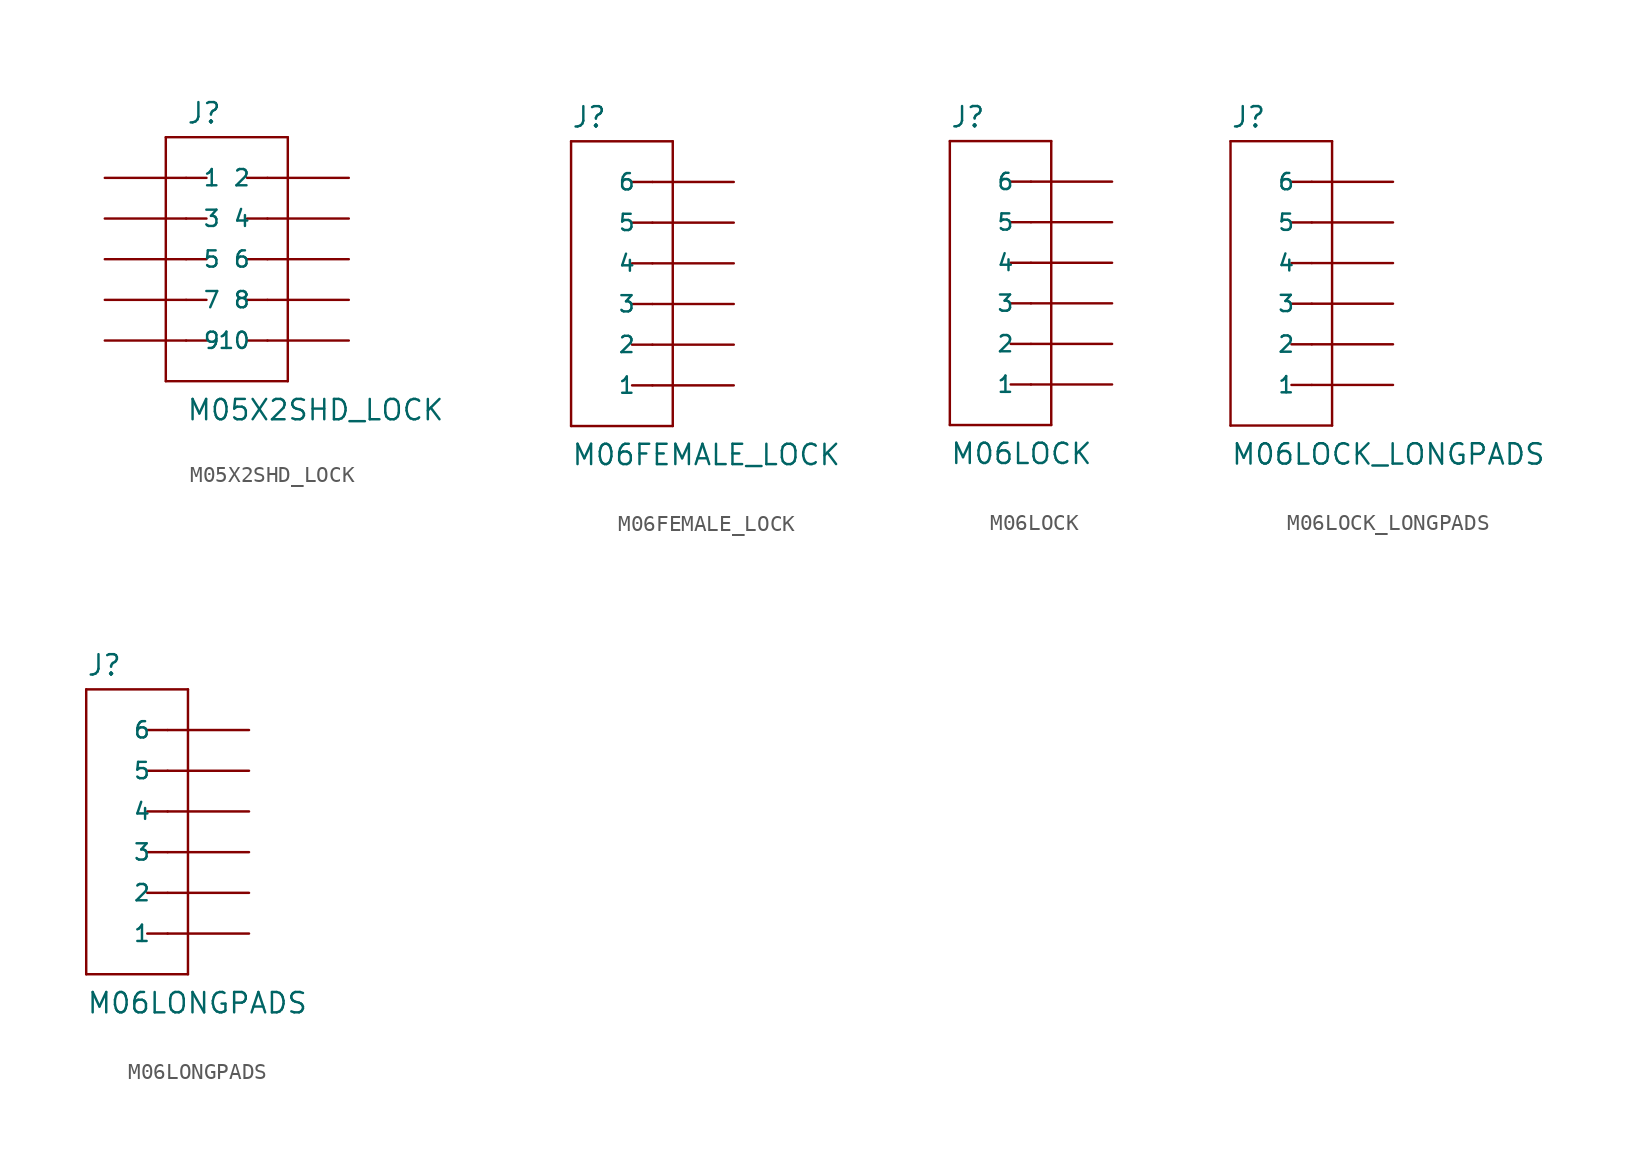
<source format=kicad_sym>
(kicad_symbol_lib
  (version 20211014)
  (generator kicad_symbol_editor)
  (symbol "M05X2SHD_LOCK"
    (pin_numbers hide)
    (pin_names
      (offset 1.016))
    (property "Reference" "J"
      (at -2.54 8.382 0)
      (effects (font (size 1.27 1.27)) (justify left bottom)))
    (property "Value" "M05X2SHD_LOCK"
      (at -2.54 -10.16 0)
      (effects (font (size 1.27 1.27)) (justify left bottom)))
    (property "Datasheet" ""
      (at 0 0 0)
      (effects (font (size 1.524 1.524))))
    (property "ki_locked" ""
      (at 0 0 0)
      (effects (font (size 1.27 1.27))))
    (symbol "M05X2SHD_LOCK_1_0"
      (polyline (pts (xy -3.81 7.62) (xy -3.81 -7.62)) (stroke (width 0) (type default) (color 0 0 0 0)) (fill (type none)))
      (polyline (pts (xy -3.81 7.62) (xy 3.81 7.62)) (stroke (width 0) (type default) (color 0 0 0 0)) (fill (type none)))
      (polyline (pts (xy -1.27 -5.08) (xy -2.54 -5.08)) (stroke (width 0) (type default) (color 0 0 0 0)) (fill (type none)))
      (polyline (pts (xy -1.27 -2.54) (xy -2.54 -2.54)) (stroke (width 0) (type default) (color 0 0 0 0)) (fill (type none)))
      (polyline (pts (xy -1.27 0) (xy -2.54 0)) (stroke (width 0) (type default) (color 0 0 0 0)) (fill (type none)))
      (polyline (pts (xy -1.27 2.54) (xy -2.54 2.54)) (stroke (width 0) (type default) (color 0 0 0 0)) (fill (type none)))
      (polyline (pts (xy -1.27 5.08) (xy -2.54 5.08)) (stroke (width 0) (type default) (color 0 0 0 0)) (fill (type none)))
      (polyline (pts (xy 1.27 -5.08) (xy 2.54 -5.08)) (stroke (width 0) (type default) (color 0 0 0 0)) (fill (type none)))
      (polyline (pts (xy 1.27 -2.54) (xy 2.54 -2.54)) (stroke (width 0) (type default) (color 0 0 0 0)) (fill (type none)))
      (polyline (pts (xy 1.27 0) (xy 2.54 0)) (stroke (width 0) (type default) (color 0 0 0 0)) (fill (type none)))
      (polyline (pts (xy 1.27 2.54) (xy 2.54 2.54)) (stroke (width 0) (type default) (color 0 0 0 0)) (fill (type none)))
      (polyline (pts (xy 1.27 5.08) (xy 2.54 5.08)) (stroke (width 0) (type default) (color 0 0 0 0)) (fill (type none)))
      (polyline (pts (xy 3.81 -7.62) (xy -3.81 -7.62)) (stroke (width 0) (type default) (color 0 0 0 0)) (fill (type none)))
      (polyline (pts (xy 3.81 -7.62) (xy 3.81 7.62)) (stroke (width 0) (type default) (color 0 0 0 0)) (fill (type none))))
    (symbol "M05X2SHD_LOCK_1_1"
      (pin passive line (at -7.62 5.08 0) (length 5.08) (name "1" (effects (font (size 1.016 1.016)))) (number "1" (effects (font (size 1.016 1.016)))))
      (pin passive line (at 7.62 -5.08 180) (length 5.08) (name "10" (effects (font (size 1.016 1.016)))) (number "10" (effects (font (size 1.016 1.016)))))
      (pin passive line (at 7.62 5.08 180) (length 5.08) (name "2" (effects (font (size 1.016 1.016)))) (number "2" (effects (font (size 1.016 1.016)))))
      (pin passive line (at -7.62 2.54 0) (length 5.08) (name "3" (effects (font (size 1.016 1.016)))) (number "3" (effects (font (size 1.016 1.016)))))
      (pin passive line (at 7.62 2.54 180) (length 5.08) (name "4" (effects (font (size 1.016 1.016)))) (number "4" (effects (font (size 1.016 1.016)))))
      (pin passive line (at -7.62 0 0) (length 5.08) (name "5" (effects (font (size 1.016 1.016)))) (number "5" (effects (font (size 1.016 1.016)))))
      (pin passive line (at 7.62 0 180) (length 5.08) (name "6" (effects (font (size 1.016 1.016)))) (number "6" (effects (font (size 1.016 1.016)))))
      (pin passive line (at -7.62 -2.54 0) (length 5.08) (name "7" (effects (font (size 1.016 1.016)))) (number "7" (effects (font (size 1.016 1.016)))))
      (pin passive line (at 7.62 -2.54 180) (length 5.08) (name "8" (effects (font (size 1.016 1.016)))) (number "8" (effects (font (size 1.016 1.016)))))
      (pin passive line (at -7.62 -5.08 0) (length 5.08) (name "9" (effects (font (size 1.016 1.016)))) (number "9" (effects (font (size 1.016 1.016)))))))
  (symbol "M06FEMALE_LOCK"
    (pin_numbers hide)
    (pin_names
      (offset 1.016))
    (property "Reference" "J"
      (at -5.08 10.922 0)
      (effects (font (size 1.27 1.27)) (justify left bottom)))
    (property "Value" "M06FEMALE_LOCK"
      (at -5.08 -10.16 0)
      (effects (font (size 1.27 1.27)) (justify left bottom)))
    (property "Datasheet" ""
      (at 0 0 0)
      (effects (font (size 1.524 1.524))))
    (property "ki_locked" ""
      (at 0 0 0)
      (effects (font (size 1.27 1.27))))
    (symbol "M06FEMALE_LOCK_1_0"
      (polyline (pts (xy -5.08 10.16) (xy -5.08 -7.62)) (stroke (width 0) (type default) (color 0 0 0 0)) (fill (type none)))
      (polyline (pts (xy -5.08 10.16) (xy 1.27 10.16)) (stroke (width 0) (type default) (color 0 0 0 0)) (fill (type none)))
      (polyline (pts (xy -1.27 -5.08) (xy 0 -5.08)) (stroke (width 0) (type default) (color 0 0 0 0)) (fill (type none)))
      (polyline (pts (xy -1.27 -2.54) (xy 0 -2.54)) (stroke (width 0) (type default) (color 0 0 0 0)) (fill (type none)))
      (polyline (pts (xy -1.27 0) (xy 0 0)) (stroke (width 0) (type default) (color 0 0 0 0)) (fill (type none)))
      (polyline (pts (xy -1.27 2.54) (xy 0 2.54)) (stroke (width 0) (type default) (color 0 0 0 0)) (fill (type none)))
      (polyline (pts (xy -1.27 5.08) (xy 0 5.08)) (stroke (width 0) (type default) (color 0 0 0 0)) (fill (type none)))
      (polyline (pts (xy -1.27 7.62) (xy 0 7.62)) (stroke (width 0) (type default) (color 0 0 0 0)) (fill (type none)))
      (polyline (pts (xy 1.27 -7.62) (xy -5.08 -7.62)) (stroke (width 0) (type default) (color 0 0 0 0)) (fill (type none)))
      (polyline (pts (xy 1.27 -7.62) (xy 1.27 10.16)) (stroke (width 0) (type default) (color 0 0 0 0)) (fill (type none))))
    (symbol "M06FEMALE_LOCK_1_1"
      (pin passive line (at 5.08 -5.08 180) (length 5.08) (name "1" (effects (font (size 1.016 1.016)))) (number "1" (effects (font (size 1.016 1.016)))))
      (pin passive line (at 5.08 -2.54 180) (length 5.08) (name "2" (effects (font (size 1.016 1.016)))) (number "2" (effects (font (size 1.016 1.016)))))
      (pin passive line (at 5.08 0 180) (length 5.08) (name "3" (effects (font (size 1.016 1.016)))) (number "3" (effects (font (size 1.016 1.016)))))
      (pin passive line (at 5.08 2.54 180) (length 5.08) (name "4" (effects (font (size 1.016 1.016)))) (number "4" (effects (font (size 1.016 1.016)))))
      (pin passive line (at 5.08 5.08 180) (length 5.08) (name "5" (effects (font (size 1.016 1.016)))) (number "5" (effects (font (size 1.016 1.016)))))
      (pin passive line (at 5.08 7.62 180) (length 5.08) (name "6" (effects (font (size 1.016 1.016)))) (number "6" (effects (font (size 1.016 1.016)))))))
  (symbol "M06LOCK"
    (pin_numbers hide)
    (pin_names
      (offset 1.016))
    (property "Reference" "J"
      (at -5.08 10.922 0)
      (effects (font (size 1.27 1.27)) (justify left bottom)))
    (property "Value" "M06LOCK"
      (at -5.08 -10.16 0)
      (effects (font (size 1.27 1.27)) (justify left bottom)))
    (property "Datasheet" ""
      (at 0 0 0)
      (effects (font (size 1.524 1.524))))
    (property "ki_locked" ""
      (at 0 0 0)
      (effects (font (size 1.27 1.27))))
    (symbol "M06LOCK_1_0"
      (polyline (pts (xy -5.08 10.16) (xy -5.08 -7.62)) (stroke (width 0) (type default) (color 0 0 0 0)) (fill (type none)))
      (polyline (pts (xy -5.08 10.16) (xy 1.27 10.16)) (stroke (width 0) (type default) (color 0 0 0 0)) (fill (type none)))
      (polyline (pts (xy -1.27 -5.08) (xy 0 -5.08)) (stroke (width 0) (type default) (color 0 0 0 0)) (fill (type none)))
      (polyline (pts (xy -1.27 -2.54) (xy 0 -2.54)) (stroke (width 0) (type default) (color 0 0 0 0)) (fill (type none)))
      (polyline (pts (xy -1.27 0) (xy 0 0)) (stroke (width 0) (type default) (color 0 0 0 0)) (fill (type none)))
      (polyline (pts (xy -1.27 2.54) (xy 0 2.54)) (stroke (width 0) (type default) (color 0 0 0 0)) (fill (type none)))
      (polyline (pts (xy -1.27 5.08) (xy 0 5.08)) (stroke (width 0) (type default) (color 0 0 0 0)) (fill (type none)))
      (polyline (pts (xy -1.27 7.62) (xy 0 7.62)) (stroke (width 0) (type default) (color 0 0 0 0)) (fill (type none)))
      (polyline (pts (xy 1.27 -7.62) (xy -5.08 -7.62)) (stroke (width 0) (type default) (color 0 0 0 0)) (fill (type none)))
      (polyline (pts (xy 1.27 -7.62) (xy 1.27 10.16)) (stroke (width 0) (type default) (color 0 0 0 0)) (fill (type none))))
    (symbol "M06LOCK_1_1"
      (pin passive line (at 5.08 -5.08 180) (length 5.08) (name "1" (effects (font (size 1.016 1.016)))) (number "1" (effects (font (size 1.016 1.016)))))
      (pin passive line (at 5.08 -2.54 180) (length 5.08) (name "2" (effects (font (size 1.016 1.016)))) (number "2" (effects (font (size 1.016 1.016)))))
      (pin passive line (at 5.08 0 180) (length 5.08) (name "3" (effects (font (size 1.016 1.016)))) (number "3" (effects (font (size 1.016 1.016)))))
      (pin passive line (at 5.08 2.54 180) (length 5.08) (name "4" (effects (font (size 1.016 1.016)))) (number "4" (effects (font (size 1.016 1.016)))))
      (pin passive line (at 5.08 5.08 180) (length 5.08) (name "5" (effects (font (size 1.016 1.016)))) (number "5" (effects (font (size 1.016 1.016)))))
      (pin passive line (at 5.08 7.62 180) (length 5.08) (name "6" (effects (font (size 1.016 1.016)))) (number "6" (effects (font (size 1.016 1.016)))))))
  (symbol "M06LOCK_LONGPADS"
    (pin_numbers hide)
    (pin_names
      (offset 1.016))
    (property "Reference" "J"
      (at -5.08 10.922 0)
      (effects (font (size 1.27 1.27)) (justify left bottom)))
    (property "Value" "M06LOCK_LONGPADS"
      (at -5.08 -10.16 0)
      (effects (font (size 1.27 1.27)) (justify left bottom)))
    (property "Datasheet" ""
      (at 0 0 0)
      (effects (font (size 1.524 1.524))))
    (property "ki_locked" ""
      (at 0 0 0)
      (effects (font (size 1.27 1.27))))
    (symbol "M06LOCK_LONGPADS_1_0"
      (polyline (pts (xy -5.08 10.16) (xy -5.08 -7.62)) (stroke (width 0) (type default) (color 0 0 0 0)) (fill (type none)))
      (polyline (pts (xy -5.08 10.16) (xy 1.27 10.16)) (stroke (width 0) (type default) (color 0 0 0 0)) (fill (type none)))
      (polyline (pts (xy -1.27 -5.08) (xy 0 -5.08)) (stroke (width 0) (type default) (color 0 0 0 0)) (fill (type none)))
      (polyline (pts (xy -1.27 -2.54) (xy 0 -2.54)) (stroke (width 0) (type default) (color 0 0 0 0)) (fill (type none)))
      (polyline (pts (xy -1.27 0) (xy 0 0)) (stroke (width 0) (type default) (color 0 0 0 0)) (fill (type none)))
      (polyline (pts (xy -1.27 2.54) (xy 0 2.54)) (stroke (width 0) (type default) (color 0 0 0 0)) (fill (type none)))
      (polyline (pts (xy -1.27 5.08) (xy 0 5.08)) (stroke (width 0) (type default) (color 0 0 0 0)) (fill (type none)))
      (polyline (pts (xy -1.27 7.62) (xy 0 7.62)) (stroke (width 0) (type default) (color 0 0 0 0)) (fill (type none)))
      (polyline (pts (xy 1.27 -7.62) (xy -5.08 -7.62)) (stroke (width 0) (type default) (color 0 0 0 0)) (fill (type none)))
      (polyline (pts (xy 1.27 -7.62) (xy 1.27 10.16)) (stroke (width 0) (type default) (color 0 0 0 0)) (fill (type none))))
    (symbol "M06LOCK_LONGPADS_1_1"
      (pin passive line (at 5.08 -5.08 180) (length 5.08) (name "1" (effects (font (size 1.016 1.016)))) (number "1" (effects (font (size 1.016 1.016)))))
      (pin passive line (at 5.08 -2.54 180) (length 5.08) (name "2" (effects (font (size 1.016 1.016)))) (number "2" (effects (font (size 1.016 1.016)))))
      (pin passive line (at 5.08 0 180) (length 5.08) (name "3" (effects (font (size 1.016 1.016)))) (number "3" (effects (font (size 1.016 1.016)))))
      (pin passive line (at 5.08 2.54 180) (length 5.08) (name "4" (effects (font (size 1.016 1.016)))) (number "4" (effects (font (size 1.016 1.016)))))
      (pin passive line (at 5.08 5.08 180) (length 5.08) (name "5" (effects (font (size 1.016 1.016)))) (number "5" (effects (font (size 1.016 1.016)))))
      (pin passive line (at 5.08 7.62 180) (length 5.08) (name "6" (effects (font (size 1.016 1.016)))) (number "6" (effects (font (size 1.016 1.016)))))))
  (symbol "M06LONGPADS"
    (pin_numbers hide)
    (pin_names
      (offset 1.016))
    (property "Reference" "J"
      (at -5.08 10.922 0)
      (effects (font (size 1.27 1.27)) (justify left bottom)))
    (property "Value" "M06LONGPADS"
      (at -5.08 -10.16 0)
      (effects (font (size 1.27 1.27)) (justify left bottom)))
    (property "Datasheet" ""
      (at 0 0 0)
      (effects (font (size 1.524 1.524))))
    (property "ki_locked" ""
      (at 0 0 0)
      (effects (font (size 1.27 1.27))))
    (symbol "M06LONGPADS_1_0"
      (polyline (pts (xy -5.08 10.16) (xy -5.08 -7.62)) (stroke (width 0) (type default) (color 0 0 0 0)) (fill (type none)))
      (polyline (pts (xy -5.08 10.16) (xy 1.27 10.16)) (stroke (width 0) (type default) (color 0 0 0 0)) (fill (type none)))
      (polyline (pts (xy -1.27 -5.08) (xy 0 -5.08)) (stroke (width 0) (type default) (color 0 0 0 0)) (fill (type none)))
      (polyline (pts (xy -1.27 -2.54) (xy 0 -2.54)) (stroke (width 0) (type default) (color 0 0 0 0)) (fill (type none)))
      (polyline (pts (xy -1.27 0) (xy 0 0)) (stroke (width 0) (type default) (color 0 0 0 0)) (fill (type none)))
      (polyline (pts (xy -1.27 2.54) (xy 0 2.54)) (stroke (width 0) (type default) (color 0 0 0 0)) (fill (type none)))
      (polyline (pts (xy -1.27 5.08) (xy 0 5.08)) (stroke (width 0) (type default) (color 0 0 0 0)) (fill (type none)))
      (polyline (pts (xy -1.27 7.62) (xy 0 7.62)) (stroke (width 0) (type default) (color 0 0 0 0)) (fill (type none)))
      (polyline (pts (xy 1.27 -7.62) (xy -5.08 -7.62)) (stroke (width 0) (type default) (color 0 0 0 0)) (fill (type none)))
      (polyline (pts (xy 1.27 -7.62) (xy 1.27 10.16)) (stroke (width 0) (type default) (color 0 0 0 0)) (fill (type none))))
    (symbol "M06LONGPADS_1_1"
      (pin passive line (at 5.08 -5.08 180) (length 5.08) (name "1" (effects (font (size 1.016 1.016)))) (number "1" (effects (font (size 1.016 1.016)))))
      (pin passive line (at 5.08 -2.54 180) (length 5.08) (name "2" (effects (font (size 1.016 1.016)))) (number "2" (effects (font (size 1.016 1.016)))))
      (pin passive line (at 5.08 0 180) (length 5.08) (name "3" (effects (font (size 1.016 1.016)))) (number "3" (effects (font (size 1.016 1.016)))))
      (pin passive line (at 5.08 2.54 180) (length 5.08) (name "4" (effects (font (size 1.016 1.016)))) (number "4" (effects (font (size 1.016 1.016)))))
      (pin passive line (at 5.08 5.08 180) (length 5.08) (name "5" (effects (font (size 1.016 1.016)))) (number "5" (effects (font (size 1.016 1.016)))))
      (pin passive line (at 5.08 7.62 180) (length 5.08) (name "6" (effects (font (size 1.016 1.016)))) (number "6" (effects (font (size 1.016 1.016))))))))
</source>
